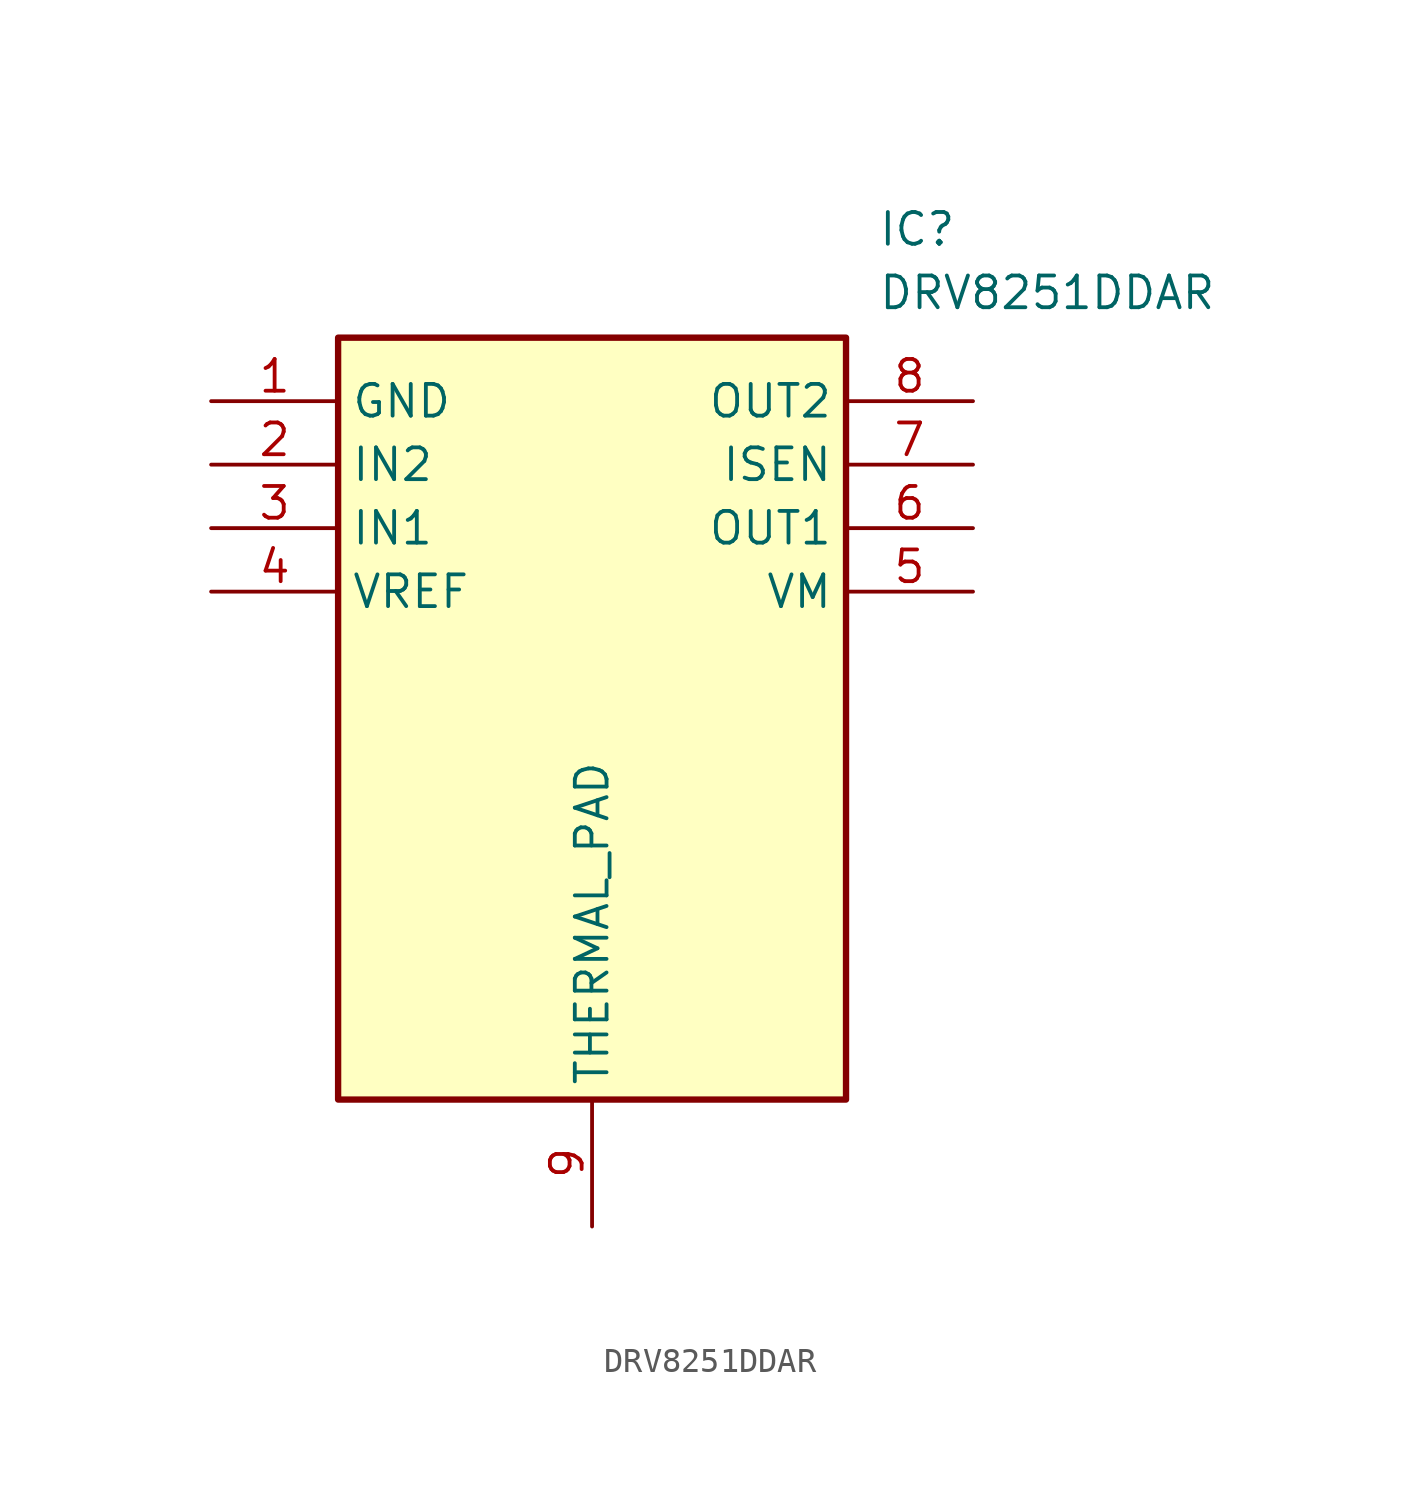
<source format=kicad_sym>
(kicad_symbol_lib
  (version 20211014)
  (generator SamacSys_ECAD_Model)
  (symbol "DRV8251DDAR"
    (property "Reference" "IC"
      (at 26.67 7.62 0)
      (effects (font (size 1.27 1.27)) (justify left top)))
    (property "Value" "DRV8251DDAR"
      (at 26.67 5.08 0)
      (effects (font (size 1.27 1.27)) (justify left top)))
    (rectangle
      (start 5.08 2.54)
      (end 25.4 -27.94)
      (stroke (width 0.254) (type default))
      (fill (type background)))
    (pin passive line
      (at 0 0 0)
      (length 5.08)
      (name "GND" (effects (font (size 1.27 1.27))))
      (number "1" (effects (font (size 1.27 1.27)))))
    (pin passive line
      (at 0 -2.54 0)
      (length 5.08)
      (name "IN2" (effects (font (size 1.27 1.27))))
      (number "2" (effects (font (size 1.27 1.27)))))
    (pin passive line
      (at 0 -5.08 0)
      (length 5.08)
      (name "IN1" (effects (font (size 1.27 1.27))))
      (number "3" (effects (font (size 1.27 1.27)))))
    (pin passive line
      (at 0 -7.62 0)
      (length 5.08)
      (name "VREF" (effects (font (size 1.27 1.27))))
      (number "4" (effects (font (size 1.27 1.27)))))
    (pin passive line
      (at 15.24 -33.02 90)
      (length 5.08)
      (name "THERMAL_PAD" (effects (font (size 1.27 1.27))))
      (number "9" (effects (font (size 1.27 1.27)))))
    (pin passive line
      (at 30.48 0 180)
      (length 5.08)
      (name "OUT2" (effects (font (size 1.27 1.27))))
      (number "8" (effects (font (size 1.27 1.27)))))
    (pin passive line
      (at 30.48 -2.54 180)
      (length 5.08)
      (name "ISEN" (effects (font (size 1.27 1.27))))
      (number "7" (effects (font (size 1.27 1.27)))))
    (pin passive line
      (at 30.48 -5.08 180)
      (length 5.08)
      (name "OUT1" (effects (font (size 1.27 1.27))))
      (number "6" (effects (font (size 1.27 1.27)))))
    (pin passive line
      (at 30.48 -7.62 180)
      (length 5.08)
      (name "VM" (effects (font (size 1.27 1.27))))
      (number "5" (effects (font (size 1.27 1.27)))))))
</source>
